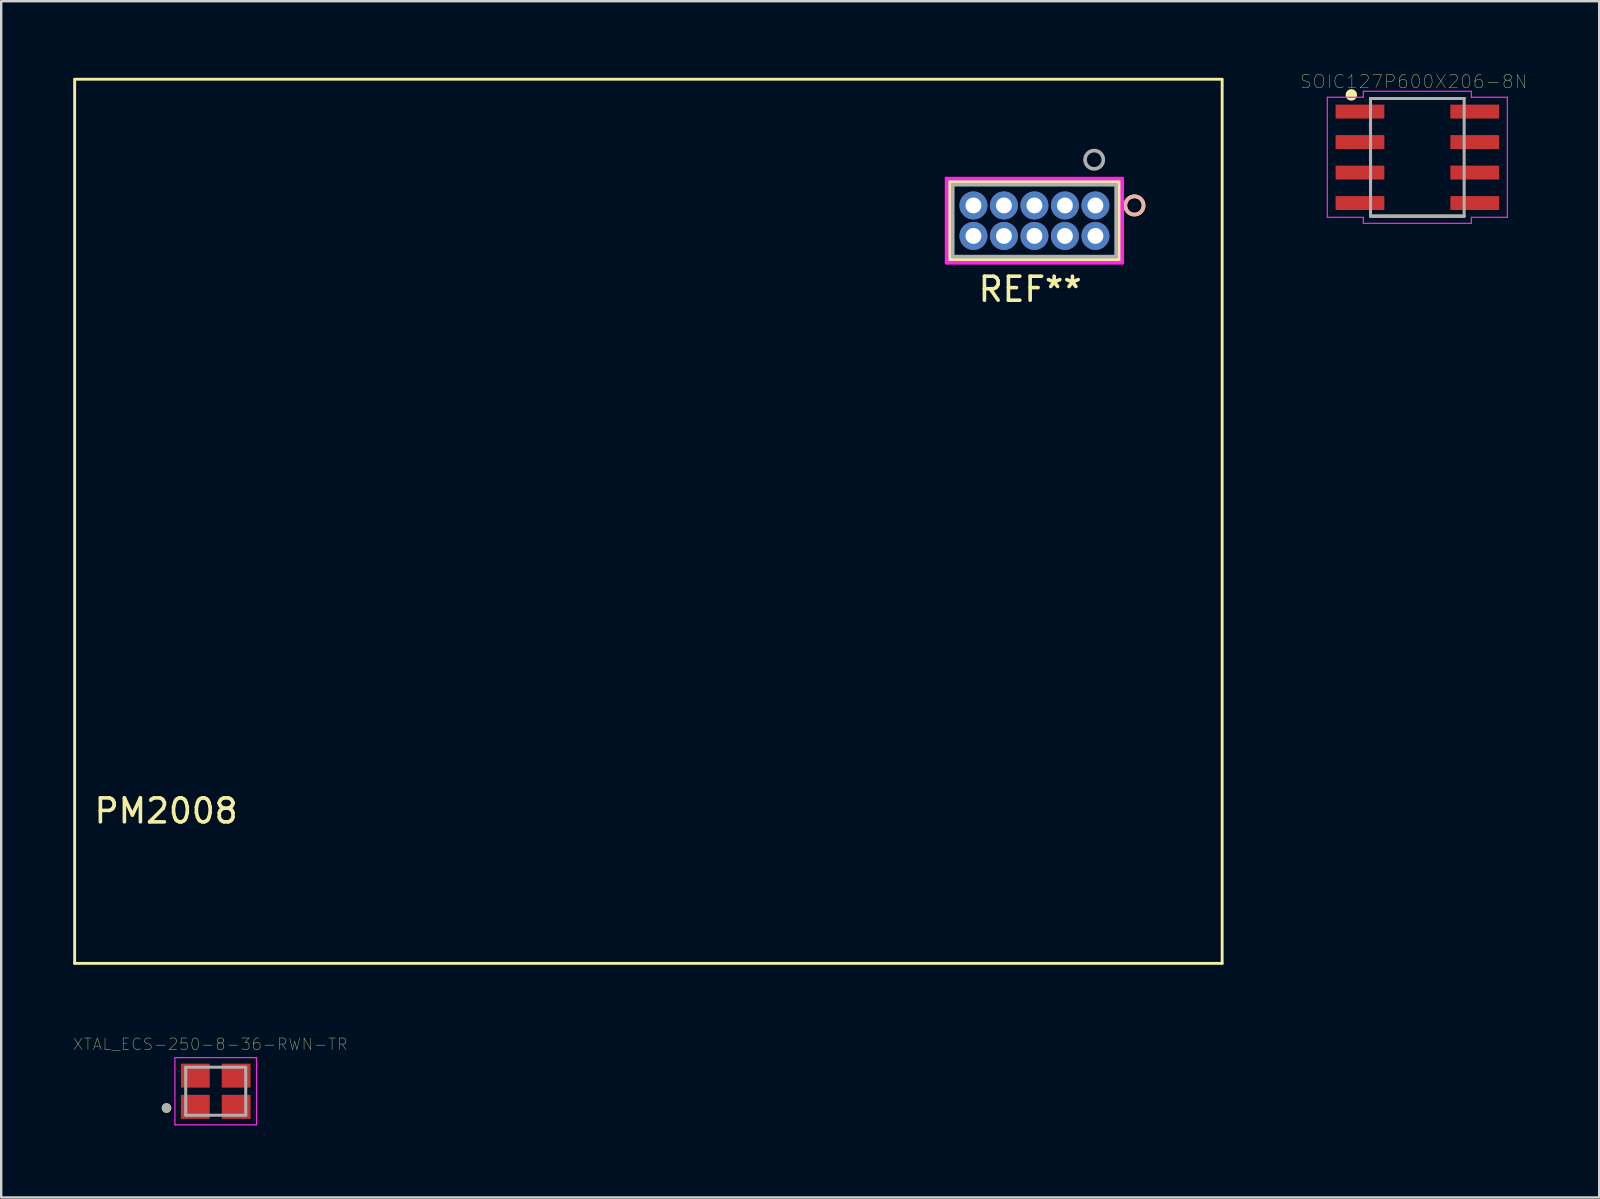
<source format=kicad_pcb>
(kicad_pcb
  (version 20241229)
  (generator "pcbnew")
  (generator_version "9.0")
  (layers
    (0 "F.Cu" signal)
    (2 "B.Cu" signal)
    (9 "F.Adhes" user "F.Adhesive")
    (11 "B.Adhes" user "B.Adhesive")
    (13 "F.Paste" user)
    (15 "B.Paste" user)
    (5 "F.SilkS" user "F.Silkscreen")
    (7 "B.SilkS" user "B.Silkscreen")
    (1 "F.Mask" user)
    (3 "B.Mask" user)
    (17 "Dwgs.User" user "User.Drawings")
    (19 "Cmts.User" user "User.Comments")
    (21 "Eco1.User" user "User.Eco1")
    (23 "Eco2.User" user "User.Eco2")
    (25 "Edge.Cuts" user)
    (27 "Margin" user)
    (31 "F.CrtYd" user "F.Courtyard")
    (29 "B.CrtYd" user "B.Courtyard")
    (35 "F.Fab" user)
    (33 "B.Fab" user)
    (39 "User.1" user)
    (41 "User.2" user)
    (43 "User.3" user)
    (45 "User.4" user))
  (footprint "XTAL_ECS-250-8-36-RWN-TR"
    (layer "F.Cu")
    (at 5.936 42.406)
    (property "Reference" "XTAL_ECS-250-8-36-RWN-TR" (at -0.226 -1.958 0) (layer "F.SilkS") (effects (font (size 0.481 0.481) (thickness 0.015))))
    (attr through_hole)
    (fp_circle (center -2.05 0.7) (end -1.95 0.7) (stroke (width 0.2) (type solid)) (fill no) (layer "F.SilkS"))
    (fp_line (start -1.7 -1.4) (end -1.7 1.4) (stroke (width 0.05) (type solid)) (layer "F.CrtYd"))
    (fp_line (start -1.7 1.4) (end 1.7 1.4) (stroke (width 0.05) (type solid)) (layer "F.CrtYd"))
    (fp_line (start 1.7 -1.4) (end -1.7 -1.4) (stroke (width 0.05) (type solid)) (layer "F.CrtYd"))
    (fp_line (start 1.7 1.4) (end 1.7 -1.4) (stroke (width 0.05) (type solid)) (layer "F.CrtYd"))
    (fp_line (start -1.25 -1) (end -1.25 1) (stroke (width 0.127) (type solid)) (layer "F.Fab"))
    (fp_line (start -1.25 1) (end 1.25 1) (stroke (width 0.127) (type solid)) (layer "F.Fab"))
    (fp_line (start 1.25 -1) (end -1.25 -1) (stroke (width 0.127) (type solid)) (layer "F.Fab"))
    (fp_line (start 1.25 1) (end 1.25 -1) (stroke (width 0.127) (type solid)) (layer "F.Fab"))
    (fp_circle (center -2.05 0.7) (end -1.95 0.7) (stroke (width 0.2) (type solid)) (fill no) (layer "F.Fab"))
    (pad "1" smd rect (at -0.85 0.65) (size 1.2 1) (layers "F.Cu" "F.Mask" "F.Paste"))
    (pad "2" smd rect (at 0.85 0.65) (size 1.2 1) (layers "F.Cu" "F.Mask" "F.Paste"))
    (pad "3" smd rect (at 0.85 -0.65) (size 1.2 1) (layers "F.Cu" "F.Mask" "F.Paste"))
    (pad "4" smd rect (at -0.85 -0.65) (size 1.2 1) (layers "F.Cu" "F.Mask" "F.Paste")))
  (footprint "PM2008"
    (layer "F.Cu")
    (at 47.867 0.25)
    (property "Reference" "PM2008" (at -43.997 30.48 0) (layer "F.SilkS") (effects (font (size 1 1) (thickness 0.15))))
    (attr through_hole)
    (fp_line (start -47.807 36.83) (end -47.807 0.03) (stroke (width 0.12) (type solid)) (layer "F.SilkS"))
    (fp_line (start -47.807 36.83) (end -0.007 36.83) (stroke (width 0.12) (type solid)) (layer "F.SilkS"))
    (fp_line (start -11.358 4.267) (end -11.358 7.518) (stroke (width 0.152) (type solid)) (layer "F.SilkS"))
    (fp_line (start -11.358 7.518) (end -4.296 7.518) (stroke (width 0.152) (type solid)) (layer "F.SilkS"))
    (fp_line (start -4.296 4.267) (end -11.358 4.267) (stroke (width 0.152) (type solid)) (layer "F.SilkS"))
    (fp_line (start -4.296 7.518) (end -4.296 4.267) (stroke (width 0.152) (type solid)) (layer "F.SilkS"))
    (fp_line (start -0.007 0) (end -47.807 0) (stroke (width 0.12) (type solid)) (layer "F.SilkS"))
    (fp_line (start -0.007 36.83) (end -0.007 0.03) (stroke (width 0.12) (type solid)) (layer "F.SilkS"))
    (fp_circle (center -3.661 5.258) (end -3.28 5.258) (stroke (width 0.152) (type solid)) (fill no) (layer "F.SilkS"))
    (fp_circle (center -3.661 5.258) (end -3.28 5.258) (stroke (width 0.152) (type solid)) (fill no) (layer "B.SilkS"))
    (fp_line (start -11.485 4.14) (end -11.485 7.645) (stroke (width 0.152) (type solid)) (layer "F.CrtYd"))
    (fp_line (start -11.485 7.645) (end -4.169 7.645) (stroke (width 0.152) (type solid)) (layer "F.CrtYd"))
    (fp_line (start -4.169 4.14) (end -11.485 4.14) (stroke (width 0.152) (type solid)) (layer "F.CrtYd"))
    (fp_line (start -4.169 7.645) (end -4.169 4.14) (stroke (width 0.152) (type solid)) (layer "F.CrtYd"))
    (fp_line (start -11.231 4.394) (end -11.231 7.391) (stroke (width 0.152) (type solid)) (layer "F.Fab"))
    (fp_line (start -11.231 7.391) (end -4.423 7.391) (stroke (width 0.152) (type solid)) (layer "F.Fab"))
    (fp_line (start -4.423 4.394) (end -11.231 4.394) (stroke (width 0.152) (type solid)) (layer "F.Fab"))
    (fp_line (start -4.423 7.391) (end -4.423 4.394) (stroke (width 0.152) (type solid)) (layer "F.Fab"))
    (fp_circle (center -5.338 3.353) (end -4.957 3.353) (stroke (width 0.152) (type solid)) (fill no) (layer "F.Fab"))
    (fp_text user "REF**" (at -8.005 8.75 0) (layer "F.SilkS") (effects (font (size 1 1) (thickness 0.15))))
    (pad "1" thru_hole circle (at -5.287 5.258) (size 1.168 1.168) (drill 0.66) (layers "*.Cu" "*.Mask"))
    (pad "2" thru_hole circle (at -5.287 6.528) (size 1.168 1.168) (drill 0.66) (layers "*.Cu" "*.Mask"))
    (pad "3" thru_hole circle (at -6.557 5.258) (size 1.168 1.168) (drill 0.66) (layers "*.Cu" "*.Mask"))
    (pad "4" thru_hole circle (at -6.557 6.528) (size 1.168 1.168) (drill 0.66) (layers "*.Cu" "*.Mask"))
    (pad "5" thru_hole circle (at -7.827 5.258) (size 1.168 1.168) (drill 0.66) (layers "*.Cu" "*.Mask"))
    (pad "6" thru_hole circle (at -7.827 6.528) (size 1.168 1.168) (drill 0.66) (layers "*.Cu" "*.Mask"))
    (pad "7" thru_hole circle (at -9.097 5.258) (size 1.168 1.168) (drill 0.66) (layers "*.Cu" "*.Mask"))
    (pad "8" thru_hole circle (at -9.097 6.528) (size 1.168 1.168) (drill 0.66) (layers "*.Cu" "*.Mask"))
    (pad "9" thru_hole circle (at -10.367 5.258) (size 1.168 1.168) (drill 0.66) (layers "*.Cu" "*.Mask"))
    (pad "10" thru_hole circle (at -10.367 6.528) (size 1.168 1.168) (drill 0.66) (layers "*.Cu" "*.Mask")))
  (footprint "SOIC127P600X206-8N"
    (layer "F.Cu")
    (at 55.991 3.503)
    (property "Reference" "SOIC127P600X206-8N" (at -0.15 -3.154 0) (layer "F.SilkS") (effects (font (size 0.552 0.552) (thickness 0.015))))
    (attr through_hole)
    (fp_line (start -1.95 -2.45) (end 1.95 -2.45) (stroke (width 0.127) (type solid)) (layer "F.SilkS"))
    (fp_line (start 1.95 2.45) (end -1.95 2.45) (stroke (width 0.127) (type solid)) (layer "F.SilkS"))
    (fp_circle (center -2.75 -2.6) (end -2.63 -2.6) (stroke (width 0.24) (type solid)) (fill no) (layer "F.SilkS"))
    (fp_line (start -3.75 -2.5) (end -3.75 2.5) (stroke (width 0.05) (type solid)) (layer "F.CrtYd"))
    (fp_line (start -3.75 2.5) (end -2.25 2.5) (stroke (width 0.05) (type solid)) (layer "F.CrtYd"))
    (fp_line (start -2.25 -2.75) (end -2.25 -2.5) (stroke (width 0.05) (type solid)) (layer "F.CrtYd"))
    (fp_line (start -2.25 -2.5) (end -3.75 -2.5) (stroke (width 0.05) (type solid)) (layer "F.CrtYd"))
    (fp_line (start -2.25 2.5) (end -2.25 2.75) (stroke (width 0.05) (type solid)) (layer "F.CrtYd"))
    (fp_line (start -2.25 2.75) (end 2.25 2.75) (stroke (width 0.05) (type solid)) (layer "F.CrtYd"))
    (fp_line (start 2.25 -2.75) (end -2.25 -2.75) (stroke (width 0.05) (type solid)) (layer "F.CrtYd"))
    (fp_line (start 2.25 -2.5) (end 2.25 -2.75) (stroke (width 0.05) (type solid)) (layer "F.CrtYd"))
    (fp_line (start 2.25 2.5) (end 3.75 2.5) (stroke (width 0.05) (type solid)) (layer "F.CrtYd"))
    (fp_line (start 2.25 2.75) (end 2.25 2.5) (stroke (width 0.05) (type solid)) (layer "F.CrtYd"))
    (fp_line (start 3.75 -2.5) (end 2.25 -2.5) (stroke (width 0.05) (type solid)) (layer "F.CrtYd"))
    (fp_line (start 3.75 2.5) (end 3.75 -2.5) (stroke (width 0.05) (type solid)) (layer "F.CrtYd"))
    (fp_line (start -1.95 -2.45) (end 1.95 -2.45) (stroke (width 0.127) (type solid)) (layer "F.Fab"))
    (fp_line (start -1.95 2.45) (end -1.95 -2.45) (stroke (width 0.127) (type solid)) (layer "F.Fab"))
    (fp_line (start 1.95 -2.45) (end 1.95 2.45) (stroke (width 0.127) (type solid)) (layer "F.Fab"))
    (fp_line (start 1.95 2.45) (end -1.95 2.45) (stroke (width 0.127) (type solid)) (layer "F.Fab"))
    (pad "1" smd rect (at -2.39 -1.905) (size 2.03 0.58) (layers "F.Cu" "F.Mask" "F.Paste"))
    (pad "2" smd rect (at -2.39 -0.635) (size 2.03 0.58) (layers "F.Cu" "F.Mask" "F.Paste"))
    (pad "3" smd rect (at -2.39 0.635) (size 2.03 0.58) (layers "F.Cu" "F.Mask" "F.Paste"))
    (pad "4" smd rect (at -2.39 1.905) (size 2.03 0.58) (layers "F.Cu" "F.Mask" "F.Paste"))
    (pad "5" smd rect (at 2.39 1.905) (size 2.03 0.58) (layers "F.Cu" "F.Mask" "F.Paste"))
    (pad "6" smd rect (at 2.39 0.635) (size 2.03 0.58) (layers "F.Cu" "F.Mask" "F.Paste"))
    (pad "7" smd rect (at 2.39 -0.635) (size 2.03 0.58) (layers "F.Cu" "F.Mask" "F.Paste"))
    (pad "8" smd rect (at 2.39 -1.905) (size 2.03 0.58) (layers "F.Cu" "F.Mask" "F.Paste")))
  (gr_rect
    (start -3 -3)
    (end 63.565 46.831)
    (stroke (width 0.1) (type default))
    (fill no)
    (layer "Edge.Cuts")))
</source>
